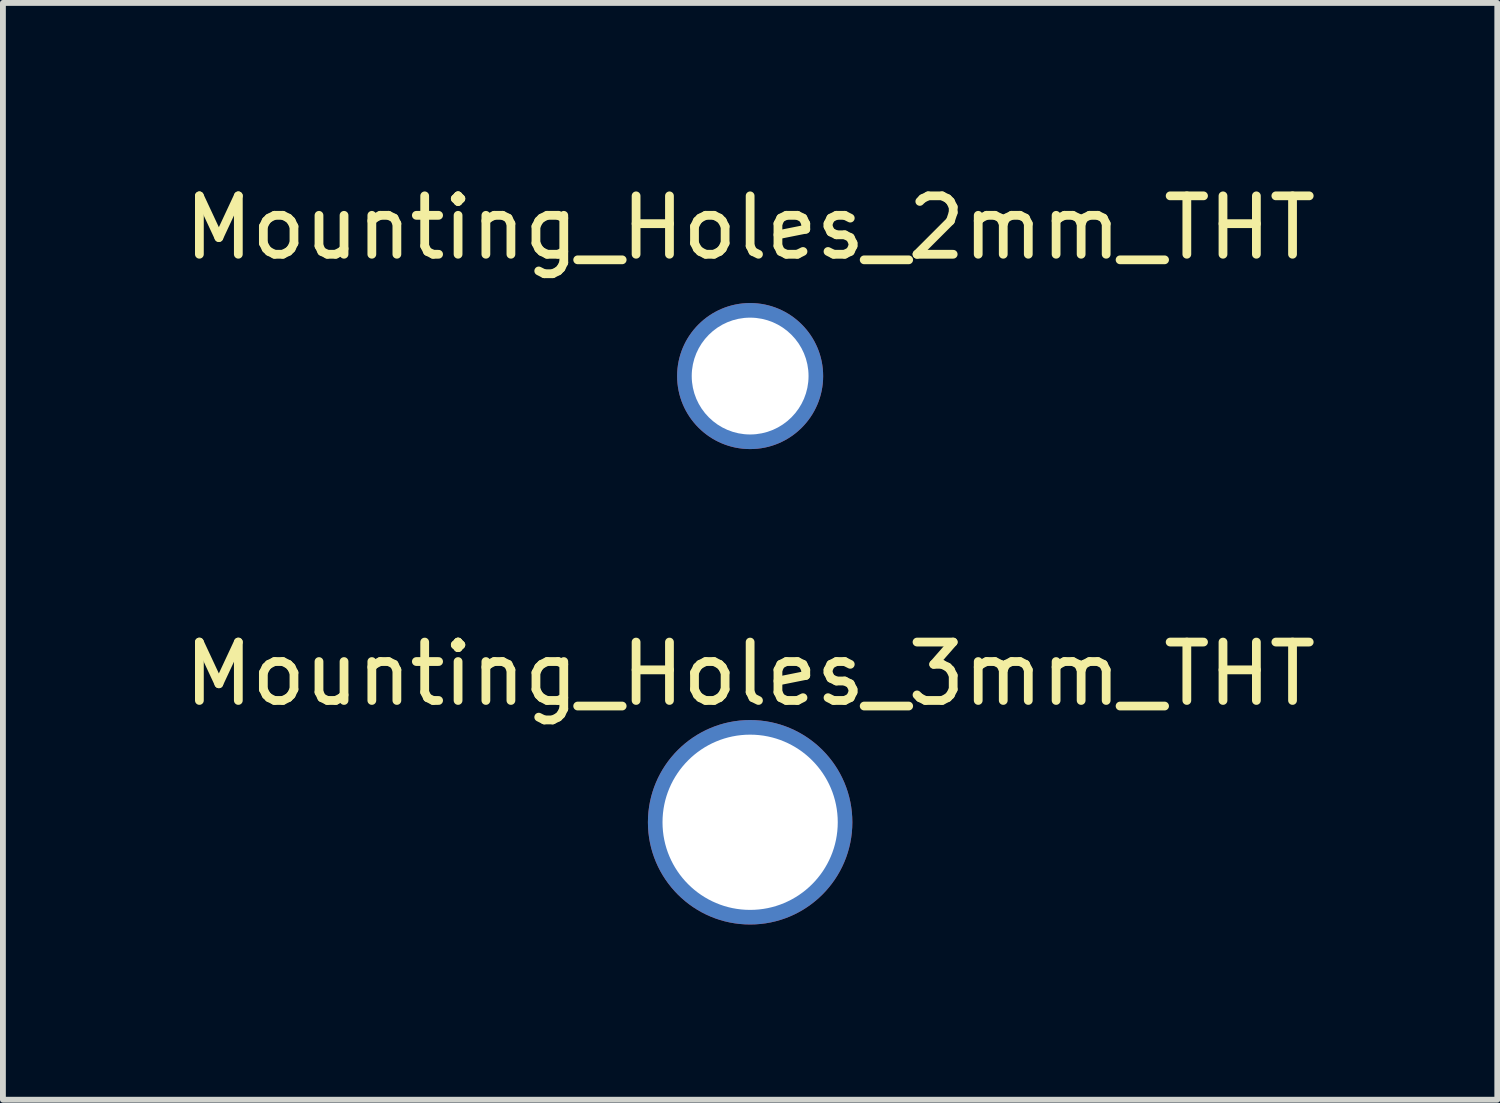
<source format=kicad_pcb>
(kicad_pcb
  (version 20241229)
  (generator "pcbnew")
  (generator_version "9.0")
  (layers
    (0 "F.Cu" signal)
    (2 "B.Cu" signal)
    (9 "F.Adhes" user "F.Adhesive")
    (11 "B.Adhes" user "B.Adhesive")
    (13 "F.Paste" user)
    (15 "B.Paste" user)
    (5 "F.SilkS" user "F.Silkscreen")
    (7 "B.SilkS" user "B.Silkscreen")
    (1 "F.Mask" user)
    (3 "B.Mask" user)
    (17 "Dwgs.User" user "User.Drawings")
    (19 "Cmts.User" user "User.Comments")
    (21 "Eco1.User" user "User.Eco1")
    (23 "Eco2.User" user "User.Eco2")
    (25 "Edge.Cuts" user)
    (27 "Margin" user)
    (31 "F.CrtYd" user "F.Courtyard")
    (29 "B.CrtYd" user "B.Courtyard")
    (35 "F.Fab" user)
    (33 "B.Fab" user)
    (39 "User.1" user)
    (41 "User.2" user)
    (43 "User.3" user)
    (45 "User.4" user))
  (footprint "Mounting_Holes_2mm_THT"
    (layer "F.Cu")
    (at 9.792 3.388)
    (property "Reference" "Mounting_Holes_2mm_THT" (at 0 -2.54 0) (layer "F.SilkS") (effects (font (size 1 1) (thickness 0.15))))
    (attr through_hole)
    (pad "1" thru_hole circle (at 0 0) (size 2.5 2.5) (drill 2) (layers "*.Cu" "*.Mask")))
  (footprint "Mounting_Holes_3mm_THT"
    (layer "F.Cu")
    (at 9.792 11.027)
    (property "Reference" "Mounting_Holes_3mm_THT" (at 0 -2.54 0) (layer "F.SilkS") (effects (font (size 1 1) (thickness 0.15))))
    (attr through_hole)
    (pad "1" thru_hole circle (at 0 0) (size 3.5 3.5) (drill 3) (layers "*.Cu" "*.Mask")))
  (gr_rect
    (start -3 -3)
    (end 22.583 15.777)
    (stroke (width 0.1) (type default))
    (fill no)
    (layer "Edge.Cuts")))
</source>
